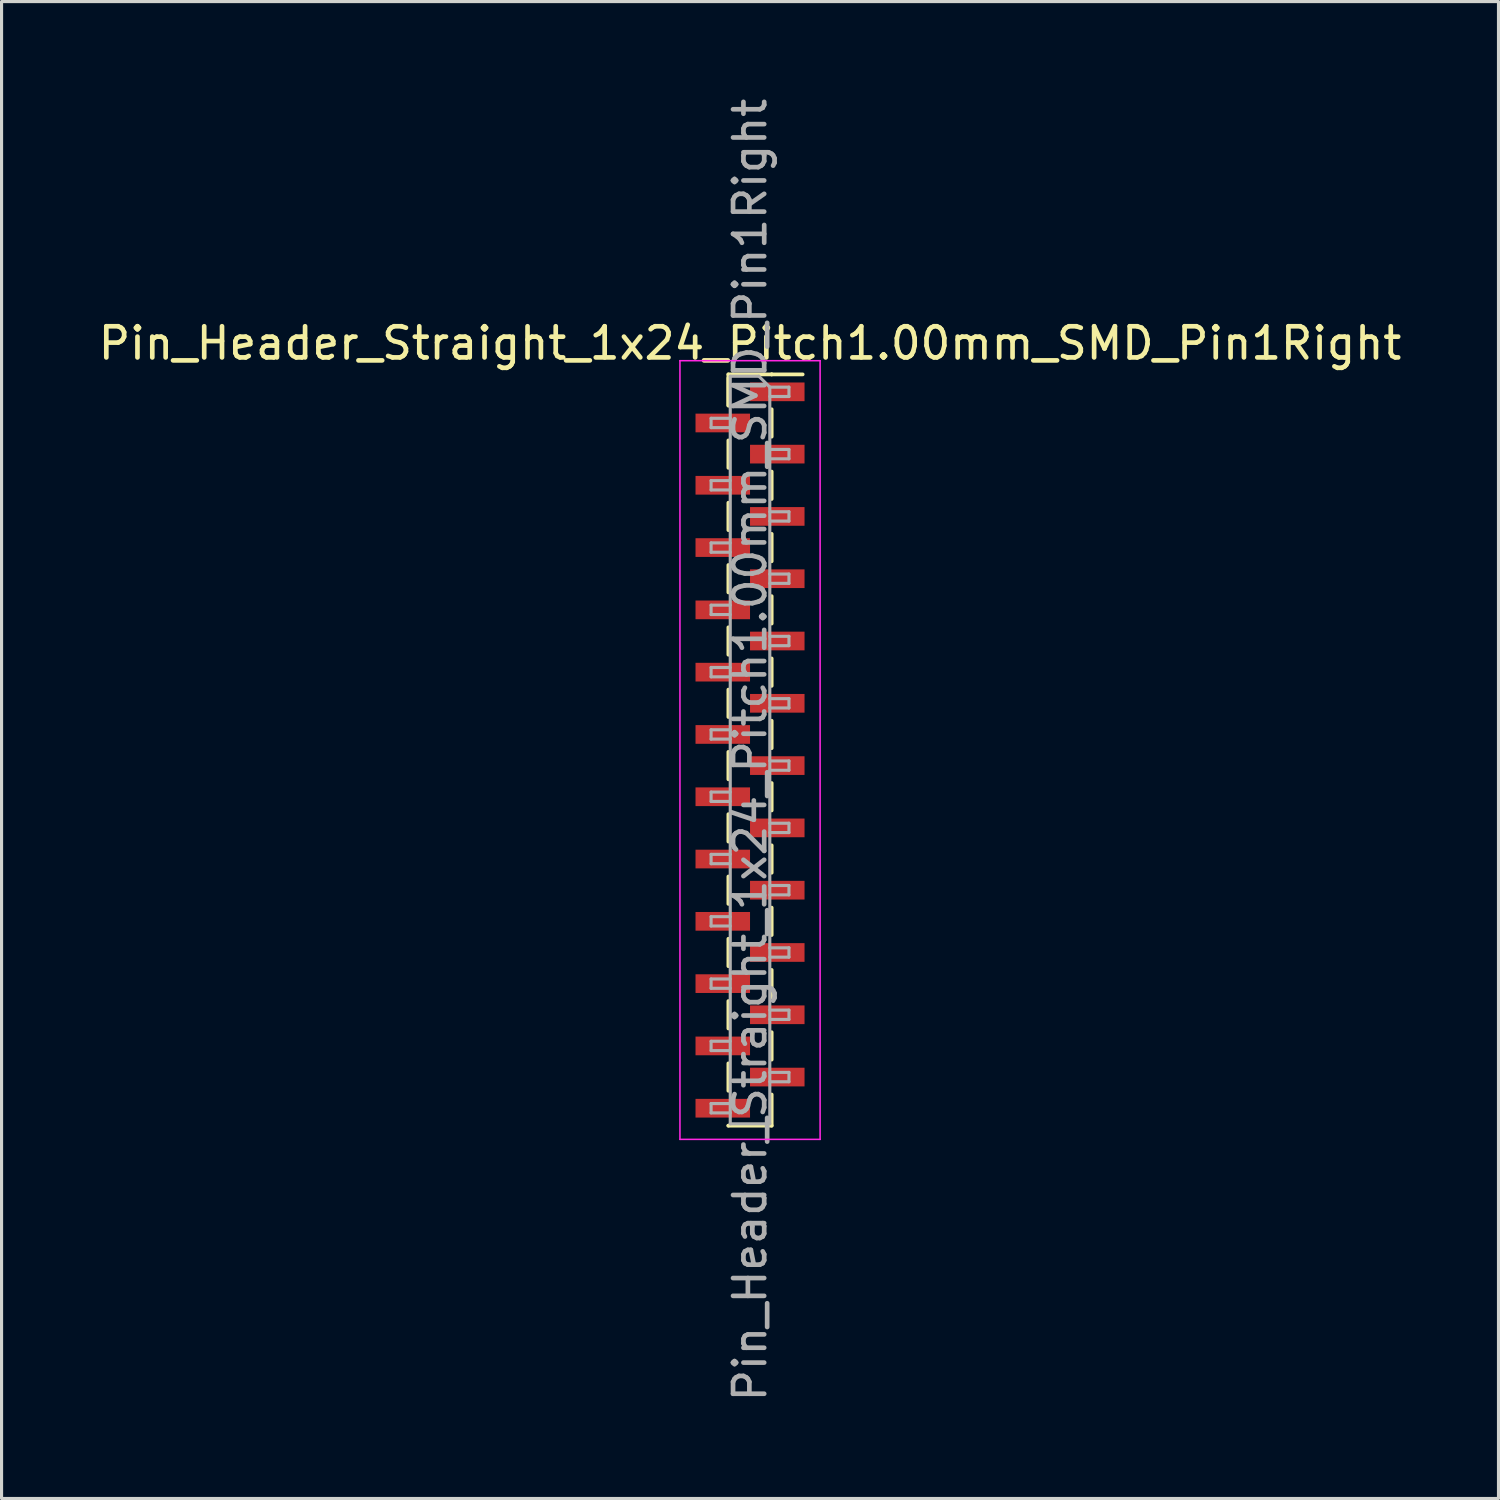
<source format=kicad_pcb>
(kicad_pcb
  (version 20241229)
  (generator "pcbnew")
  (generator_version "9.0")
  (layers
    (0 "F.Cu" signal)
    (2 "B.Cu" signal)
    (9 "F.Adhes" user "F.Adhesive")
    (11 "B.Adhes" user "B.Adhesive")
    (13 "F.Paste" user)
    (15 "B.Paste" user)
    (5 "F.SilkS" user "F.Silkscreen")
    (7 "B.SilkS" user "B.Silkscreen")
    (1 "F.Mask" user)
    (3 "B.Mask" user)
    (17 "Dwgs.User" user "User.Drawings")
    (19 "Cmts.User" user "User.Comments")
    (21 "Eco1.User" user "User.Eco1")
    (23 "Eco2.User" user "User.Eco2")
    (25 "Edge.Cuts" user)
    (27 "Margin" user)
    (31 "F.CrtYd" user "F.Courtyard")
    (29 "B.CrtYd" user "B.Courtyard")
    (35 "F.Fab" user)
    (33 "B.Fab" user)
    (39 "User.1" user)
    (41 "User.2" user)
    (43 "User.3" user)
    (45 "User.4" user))
  (footprint "Pin_Header_Straight_1x24_Pitch1.00mm_SMD_Pin1Right"
    (layer "F.Cu")
    (at 21.03 21.03)
    (property "Reference" "Pin_Header_Straight_1x24_Pitch1.00mm_SMD_Pin1Right" (at 0 -13.06 0) (layer "F.SilkS") (effects (font (size 1 1) (thickness 0.15))))
    (attr smd)
    (fp_line (start -0.695 -12.06) (end -0.695 -11.06) (stroke (width 0.12) (type solid)) (layer "F.SilkS"))
    (fp_line (start -0.695 -12.06) (end 0.695 -12.06) (stroke (width 0.12) (type solid)) (layer "F.SilkS"))
    (fp_line (start -0.695 -11.94) (end -0.695 -11.06) (stroke (width 0.12) (type solid)) (layer "F.SilkS"))
    (fp_line (start -0.695 -9.94) (end -0.695 -9.06) (stroke (width 0.12) (type solid)) (layer "F.SilkS"))
    (fp_line (start -0.695 -7.94) (end -0.695 -7.06) (stroke (width 0.12) (type solid)) (layer "F.SilkS"))
    (fp_line (start -0.695 -5.94) (end -0.695 -5.06) (stroke (width 0.12) (type solid)) (layer "F.SilkS"))
    (fp_line (start -0.695 -3.94) (end -0.695 -3.06) (stroke (width 0.12) (type solid)) (layer "F.SilkS"))
    (fp_line (start -0.695 -1.94) (end -0.695 -1.06) (stroke (width 0.12) (type solid)) (layer "F.SilkS"))
    (fp_line (start -0.695 0.06) (end -0.695 0.94) (stroke (width 0.12) (type solid)) (layer "F.SilkS"))
    (fp_line (start -0.695 2.06) (end -0.695 2.94) (stroke (width 0.12) (type solid)) (layer "F.SilkS"))
    (fp_line (start -0.695 4.06) (end -0.695 4.94) (stroke (width 0.12) (type solid)) (layer "F.SilkS"))
    (fp_line (start -0.695 6.06) (end -0.695 6.94) (stroke (width 0.12) (type solid)) (layer "F.SilkS"))
    (fp_line (start -0.695 8.06) (end -0.695 8.94) (stroke (width 0.12) (type solid)) (layer "F.SilkS"))
    (fp_line (start -0.695 10.06) (end -0.695 10.94) (stroke (width 0.12) (type solid)) (layer "F.SilkS"))
    (fp_line (start -0.695 12.06) (end -0.695 12.06) (stroke (width 0.12) (type solid)) (layer "F.SilkS"))
    (fp_line (start -0.695 12.06) (end 0.695 12.06) (stroke (width 0.12) (type solid)) (layer "F.SilkS"))
    (fp_line (start 0.695 -12.06) (end 0.695 -12.06) (stroke (width 0.12) (type solid)) (layer "F.SilkS"))
    (fp_line (start 0.695 -12.06) (end 1.69 -12.06) (stroke (width 0.12) (type solid)) (layer "F.SilkS"))
    (fp_line (start 0.695 -10.94) (end 0.695 -10.06) (stroke (width 0.12) (type solid)) (layer "F.SilkS"))
    (fp_line (start 0.695 -8.94) (end 0.695 -8.06) (stroke (width 0.12) (type solid)) (layer "F.SilkS"))
    (fp_line (start 0.695 -6.94) (end 0.695 -6.06) (stroke (width 0.12) (type solid)) (layer "F.SilkS"))
    (fp_line (start 0.695 -4.94) (end 0.695 -4.06) (stroke (width 0.12) (type solid)) (layer "F.SilkS"))
    (fp_line (start 0.695 -2.94) (end 0.695 -2.06) (stroke (width 0.12) (type solid)) (layer "F.SilkS"))
    (fp_line (start 0.695 -0.94) (end 0.695 -0.06) (stroke (width 0.12) (type solid)) (layer "F.SilkS"))
    (fp_line (start 0.695 1.06) (end 0.695 1.94) (stroke (width 0.12) (type solid)) (layer "F.SilkS"))
    (fp_line (start 0.695 3.06) (end 0.695 3.94) (stroke (width 0.12) (type solid)) (layer "F.SilkS"))
    (fp_line (start 0.695 5.06) (end 0.695 5.94) (stroke (width 0.12) (type solid)) (layer "F.SilkS"))
    (fp_line (start 0.695 7.06) (end 0.695 7.94) (stroke (width 0.12) (type solid)) (layer "F.SilkS"))
    (fp_line (start 0.695 9.06) (end 0.695 9.94) (stroke (width 0.12) (type solid)) (layer "F.SilkS"))
    (fp_line (start 0.695 11.06) (end 0.695 12.06) (stroke (width 0.12) (type solid)) (layer "F.SilkS"))
    (fp_line (start -2.25 -12.5) (end -2.25 12.5) (stroke (width 0.05) (type solid)) (layer "F.CrtYd"))
    (fp_line (start -2.25 12.5) (end 2.25 12.5) (stroke (width 0.05) (type solid)) (layer "F.CrtYd"))
    (fp_line (start 2.25 -12.5) (end -2.25 -12.5) (stroke (width 0.05) (type solid)) (layer "F.CrtYd"))
    (fp_line (start 2.25 12.5) (end 2.25 -12.5) (stroke (width 0.05) (type solid)) (layer "F.CrtYd"))
    (fp_line (start -1.25 -10.65) (end -1.25 -10.35) (stroke (width 0.1) (type solid)) (layer "F.Fab"))
    (fp_line (start -1.25 -10.35) (end -0.635 -10.35) (stroke (width 0.1) (type solid)) (layer "F.Fab"))
    (fp_line (start -1.25 -8.65) (end -1.25 -8.35) (stroke (width 0.1) (type solid)) (layer "F.Fab"))
    (fp_line (start -1.25 -8.35) (end -0.635 -8.35) (stroke (width 0.1) (type solid)) (layer "F.Fab"))
    (fp_line (start -1.25 -6.65) (end -1.25 -6.35) (stroke (width 0.1) (type solid)) (layer "F.Fab"))
    (fp_line (start -1.25 -6.35) (end -0.635 -6.35) (stroke (width 0.1) (type solid)) (layer "F.Fab"))
    (fp_line (start -1.25 -4.65) (end -1.25 -4.35) (stroke (width 0.1) (type solid)) (layer "F.Fab"))
    (fp_line (start -1.25 -4.35) (end -0.635 -4.35) (stroke (width 0.1) (type solid)) (layer "F.Fab"))
    (fp_line (start -1.25 -2.65) (end -1.25 -2.35) (stroke (width 0.1) (type solid)) (layer "F.Fab"))
    (fp_line (start -1.25 -2.35) (end -0.635 -2.35) (stroke (width 0.1) (type solid)) (layer "F.Fab"))
    (fp_line (start -1.25 -0.65) (end -1.25 -0.35) (stroke (width 0.1) (type solid)) (layer "F.Fab"))
    (fp_line (start -1.25 -0.35) (end -0.635 -0.35) (stroke (width 0.1) (type solid)) (layer "F.Fab"))
    (fp_line (start -1.25 1.35) (end -1.25 1.65) (stroke (width 0.1) (type solid)) (layer "F.Fab"))
    (fp_line (start -1.25 1.65) (end -0.635 1.65) (stroke (width 0.1) (type solid)) (layer "F.Fab"))
    (fp_line (start -1.25 3.35) (end -1.25 3.65) (stroke (width 0.1) (type solid)) (layer "F.Fab"))
    (fp_line (start -1.25 3.65) (end -0.635 3.65) (stroke (width 0.1) (type solid)) (layer "F.Fab"))
    (fp_line (start -1.25 5.35) (end -1.25 5.65) (stroke (width 0.1) (type solid)) (layer "F.Fab"))
    (fp_line (start -1.25 5.65) (end -0.635 5.65) (stroke (width 0.1) (type solid)) (layer "F.Fab"))
    (fp_line (start -1.25 7.35) (end -1.25 7.65) (stroke (width 0.1) (type solid)) (layer "F.Fab"))
    (fp_line (start -1.25 7.65) (end -0.635 7.65) (stroke (width 0.1) (type solid)) (layer "F.Fab"))
    (fp_line (start -1.25 9.35) (end -1.25 9.65) (stroke (width 0.1) (type solid)) (layer "F.Fab"))
    (fp_line (start -1.25 9.65) (end -0.635 9.65) (stroke (width 0.1) (type solid)) (layer "F.Fab"))
    (fp_line (start -1.25 11.35) (end -1.25 11.65) (stroke (width 0.1) (type solid)) (layer "F.Fab"))
    (fp_line (start -1.25 11.65) (end -0.635 11.65) (stroke (width 0.1) (type solid)) (layer "F.Fab"))
    (fp_line (start -0.635 -12) (end -0.635 12) (stroke (width 0.1) (type solid)) (layer "F.Fab"))
    (fp_line (start -0.635 -12) (end 0.285 -12) (stroke (width 0.1) (type solid)) (layer "F.Fab"))
    (fp_line (start -0.635 -10.65) (end -1.25 -10.65) (stroke (width 0.1) (type solid)) (layer "F.Fab"))
    (fp_line (start -0.635 -8.65) (end -1.25 -8.65) (stroke (width 0.1) (type solid)) (layer "F.Fab"))
    (fp_line (start -0.635 -6.65) (end -1.25 -6.65) (stroke (width 0.1) (type solid)) (layer "F.Fab"))
    (fp_line (start -0.635 -4.65) (end -1.25 -4.65) (stroke (width 0.1) (type solid)) (layer "F.Fab"))
    (fp_line (start -0.635 -2.65) (end -1.25 -2.65) (stroke (width 0.1) (type solid)) (layer "F.Fab"))
    (fp_line (start -0.635 -0.65) (end -1.25 -0.65) (stroke (width 0.1) (type solid)) (layer "F.Fab"))
    (fp_line (start -0.635 1.35) (end -1.25 1.35) (stroke (width 0.1) (type solid)) (layer "F.Fab"))
    (fp_line (start -0.635 3.35) (end -1.25 3.35) (stroke (width 0.1) (type solid)) (layer "F.Fab"))
    (fp_line (start -0.635 5.35) (end -1.25 5.35) (stroke (width 0.1) (type solid)) (layer "F.Fab"))
    (fp_line (start -0.635 7.35) (end -1.25 7.35) (stroke (width 0.1) (type solid)) (layer "F.Fab"))
    (fp_line (start -0.635 9.35) (end -1.25 9.35) (stroke (width 0.1) (type solid)) (layer "F.Fab"))
    (fp_line (start -0.635 11.35) (end -1.25 11.35) (stroke (width 0.1) (type solid)) (layer "F.Fab"))
    (fp_line (start 0.635 -11.65) (end 0.285 -12) (stroke (width 0.1) (type solid)) (layer "F.Fab"))
    (fp_line (start 0.635 -11.65) (end 1.25 -11.65) (stroke (width 0.1) (type solid)) (layer "F.Fab"))
    (fp_line (start 0.635 -9.65) (end 1.25 -9.65) (stroke (width 0.1) (type solid)) (layer "F.Fab"))
    (fp_line (start 0.635 -7.65) (end 1.25 -7.65) (stroke (width 0.1) (type solid)) (layer "F.Fab"))
    (fp_line (start 0.635 -5.65) (end 1.25 -5.65) (stroke (width 0.1) (type solid)) (layer "F.Fab"))
    (fp_line (start 0.635 -3.65) (end 1.25 -3.65) (stroke (width 0.1) (type solid)) (layer "F.Fab"))
    (fp_line (start 0.635 -1.65) (end 1.25 -1.65) (stroke (width 0.1) (type solid)) (layer "F.Fab"))
    (fp_line (start 0.635 0.35) (end 1.25 0.35) (stroke (width 0.1) (type solid)) (layer "F.Fab"))
    (fp_line (start 0.635 2.35) (end 1.25 2.35) (stroke (width 0.1) (type solid)) (layer "F.Fab"))
    (fp_line (start 0.635 4.35) (end 1.25 4.35) (stroke (width 0.1) (type solid)) (layer "F.Fab"))
    (fp_line (start 0.635 6.35) (end 1.25 6.35) (stroke (width 0.1) (type solid)) (layer "F.Fab"))
    (fp_line (start 0.635 8.35) (end 1.25 8.35) (stroke (width 0.1) (type solid)) (layer "F.Fab"))
    (fp_line (start 0.635 10.35) (end 1.25 10.35) (stroke (width 0.1) (type solid)) (layer "F.Fab"))
    (fp_line (start 0.635 12) (end -0.635 12) (stroke (width 0.1) (type solid)) (layer "F.Fab"))
    (fp_line (start 0.635 12) (end 0.635 -11.65) (stroke (width 0.1) (type solid)) (layer "F.Fab"))
    (fp_line (start 1.25 -11.65) (end 1.25 -11.35) (stroke (width 0.1) (type solid)) (layer "F.Fab"))
    (fp_line (start 1.25 -11.35) (end 0.635 -11.35) (stroke (width 0.1) (type solid)) (layer "F.Fab"))
    (fp_line (start 1.25 -9.65) (end 1.25 -9.35) (stroke (width 0.1) (type solid)) (layer "F.Fab"))
    (fp_line (start 1.25 -9.35) (end 0.635 -9.35) (stroke (width 0.1) (type solid)) (layer "F.Fab"))
    (fp_line (start 1.25 -7.65) (end 1.25 -7.35) (stroke (width 0.1) (type solid)) (layer "F.Fab"))
    (fp_line (start 1.25 -7.35) (end 0.635 -7.35) (stroke (width 0.1) (type solid)) (layer "F.Fab"))
    (fp_line (start 1.25 -5.65) (end 1.25 -5.35) (stroke (width 0.1) (type solid)) (layer "F.Fab"))
    (fp_line (start 1.25 -5.35) (end 0.635 -5.35) (stroke (width 0.1) (type solid)) (layer "F.Fab"))
    (fp_line (start 1.25 -3.65) (end 1.25 -3.35) (stroke (width 0.1) (type solid)) (layer "F.Fab"))
    (fp_line (start 1.25 -3.35) (end 0.635 -3.35) (stroke (width 0.1) (type solid)) (layer "F.Fab"))
    (fp_line (start 1.25 -1.65) (end 1.25 -1.35) (stroke (width 0.1) (type solid)) (layer "F.Fab"))
    (fp_line (start 1.25 -1.35) (end 0.635 -1.35) (stroke (width 0.1) (type solid)) (layer "F.Fab"))
    (fp_line (start 1.25 0.35) (end 1.25 0.65) (stroke (width 0.1) (type solid)) (layer "F.Fab"))
    (fp_line (start 1.25 0.65) (end 0.635 0.65) (stroke (width 0.1) (type solid)) (layer "F.Fab"))
    (fp_line (start 1.25 2.35) (end 1.25 2.65) (stroke (width 0.1) (type solid)) (layer "F.Fab"))
    (fp_line (start 1.25 2.65) (end 0.635 2.65) (stroke (width 0.1) (type solid)) (layer "F.Fab"))
    (fp_line (start 1.25 4.35) (end 1.25 4.65) (stroke (width 0.1) (type solid)) (layer "F.Fab"))
    (fp_line (start 1.25 4.65) (end 0.635 4.65) (stroke (width 0.1) (type solid)) (layer "F.Fab"))
    (fp_line (start 1.25 6.35) (end 1.25 6.65) (stroke (width 0.1) (type solid)) (layer "F.Fab"))
    (fp_line (start 1.25 6.65) (end 0.635 6.65) (stroke (width 0.1) (type solid)) (layer "F.Fab"))
    (fp_line (start 1.25 8.35) (end 1.25 8.65) (stroke (width 0.1) (type solid)) (layer "F.Fab"))
    (fp_line (start 1.25 8.65) (end 0.635 8.65) (stroke (width 0.1) (type solid)) (layer "F.Fab"))
    (fp_line (start 1.25 10.35) (end 1.25 10.65) (stroke (width 0.1) (type solid)) (layer "F.Fab"))
    (fp_line (start 1.25 10.65) (end 0.635 10.65) (stroke (width 0.1) (type solid)) (layer "F.Fab"))
    (fp_text user "${REFERENCE}" (at 0 0 90) (layer "F.Fab") (effects (font (size 1 1) (thickness 0.15))))
    (pad "1" smd rect (at 0.875 -11.5) (size 1.75 0.6) (layers "F.Cu" "F.Mask" "F.Paste"))
    (pad "2" smd rect (at -0.875 -10.5) (size 1.75 0.6) (layers "F.Cu" "F.Mask" "F.Paste"))
    (pad "3" smd rect (at 0.875 -9.5) (size 1.75 0.6) (layers "F.Cu" "F.Mask" "F.Paste"))
    (pad "4" smd rect (at -0.875 -8.5) (size 1.75 0.6) (layers "F.Cu" "F.Mask" "F.Paste"))
    (pad "5" smd rect (at 0.875 -7.5) (size 1.75 0.6) (layers "F.Cu" "F.Mask" "F.Paste"))
    (pad "6" smd rect (at -0.875 -6.5) (size 1.75 0.6) (layers "F.Cu" "F.Mask" "F.Paste"))
    (pad "7" smd rect (at 0.875 -5.5) (size 1.75 0.6) (layers "F.Cu" "F.Mask" "F.Paste"))
    (pad "8" smd rect (at -0.875 -4.5) (size 1.75 0.6) (layers "F.Cu" "F.Mask" "F.Paste"))
    (pad "9" smd rect (at 0.875 -3.5) (size 1.75 0.6) (layers "F.Cu" "F.Mask" "F.Paste"))
    (pad "10" smd rect (at -0.875 -2.5) (size 1.75 0.6) (layers "F.Cu" "F.Mask" "F.Paste"))
    (pad "11" smd rect (at 0.875 -1.5) (size 1.75 0.6) (layers "F.Cu" "F.Mask" "F.Paste"))
    (pad "12" smd rect (at -0.875 -0.5) (size 1.75 0.6) (layers "F.Cu" "F.Mask" "F.Paste"))
    (pad "13" smd rect (at 0.875 0.5) (size 1.75 0.6) (layers "F.Cu" "F.Mask" "F.Paste"))
    (pad "14" smd rect (at -0.875 1.5) (size 1.75 0.6) (layers "F.Cu" "F.Mask" "F.Paste"))
    (pad "15" smd rect (at 0.875 2.5) (size 1.75 0.6) (layers "F.Cu" "F.Mask" "F.Paste"))
    (pad "16" smd rect (at -0.875 3.5) (size 1.75 0.6) (layers "F.Cu" "F.Mask" "F.Paste"))
    (pad "17" smd rect (at 0.875 4.5) (size 1.75 0.6) (layers "F.Cu" "F.Mask" "F.Paste"))
    (pad "18" smd rect (at -0.875 5.5) (size 1.75 0.6) (layers "F.Cu" "F.Mask" "F.Paste"))
    (pad "19" smd rect (at 0.875 6.5) (size 1.75 0.6) (layers "F.Cu" "F.Mask" "F.Paste"))
    (pad "20" smd rect (at -0.875 7.5) (size 1.75 0.6) (layers "F.Cu" "F.Mask" "F.Paste"))
    (pad "21" smd rect (at 0.875 8.5) (size 1.75 0.6) (layers "F.Cu" "F.Mask" "F.Paste"))
    (pad "22" smd rect (at -0.875 9.5) (size 1.75 0.6) (layers "F.Cu" "F.Mask" "F.Paste"))
    (pad "23" smd rect (at 0.875 10.5) (size 1.75 0.6) (layers "F.Cu" "F.Mask" "F.Paste"))
    (pad "24" smd rect (at -0.875 11.5) (size 1.75 0.6) (layers "F.Cu" "F.Mask" "F.Paste")))
  (gr_rect
    (start -3 -3)
    (end 45.06 45.06)
    (stroke (width 0.1) (type default))
    (fill no)
    (layer "Edge.Cuts")))
</source>
